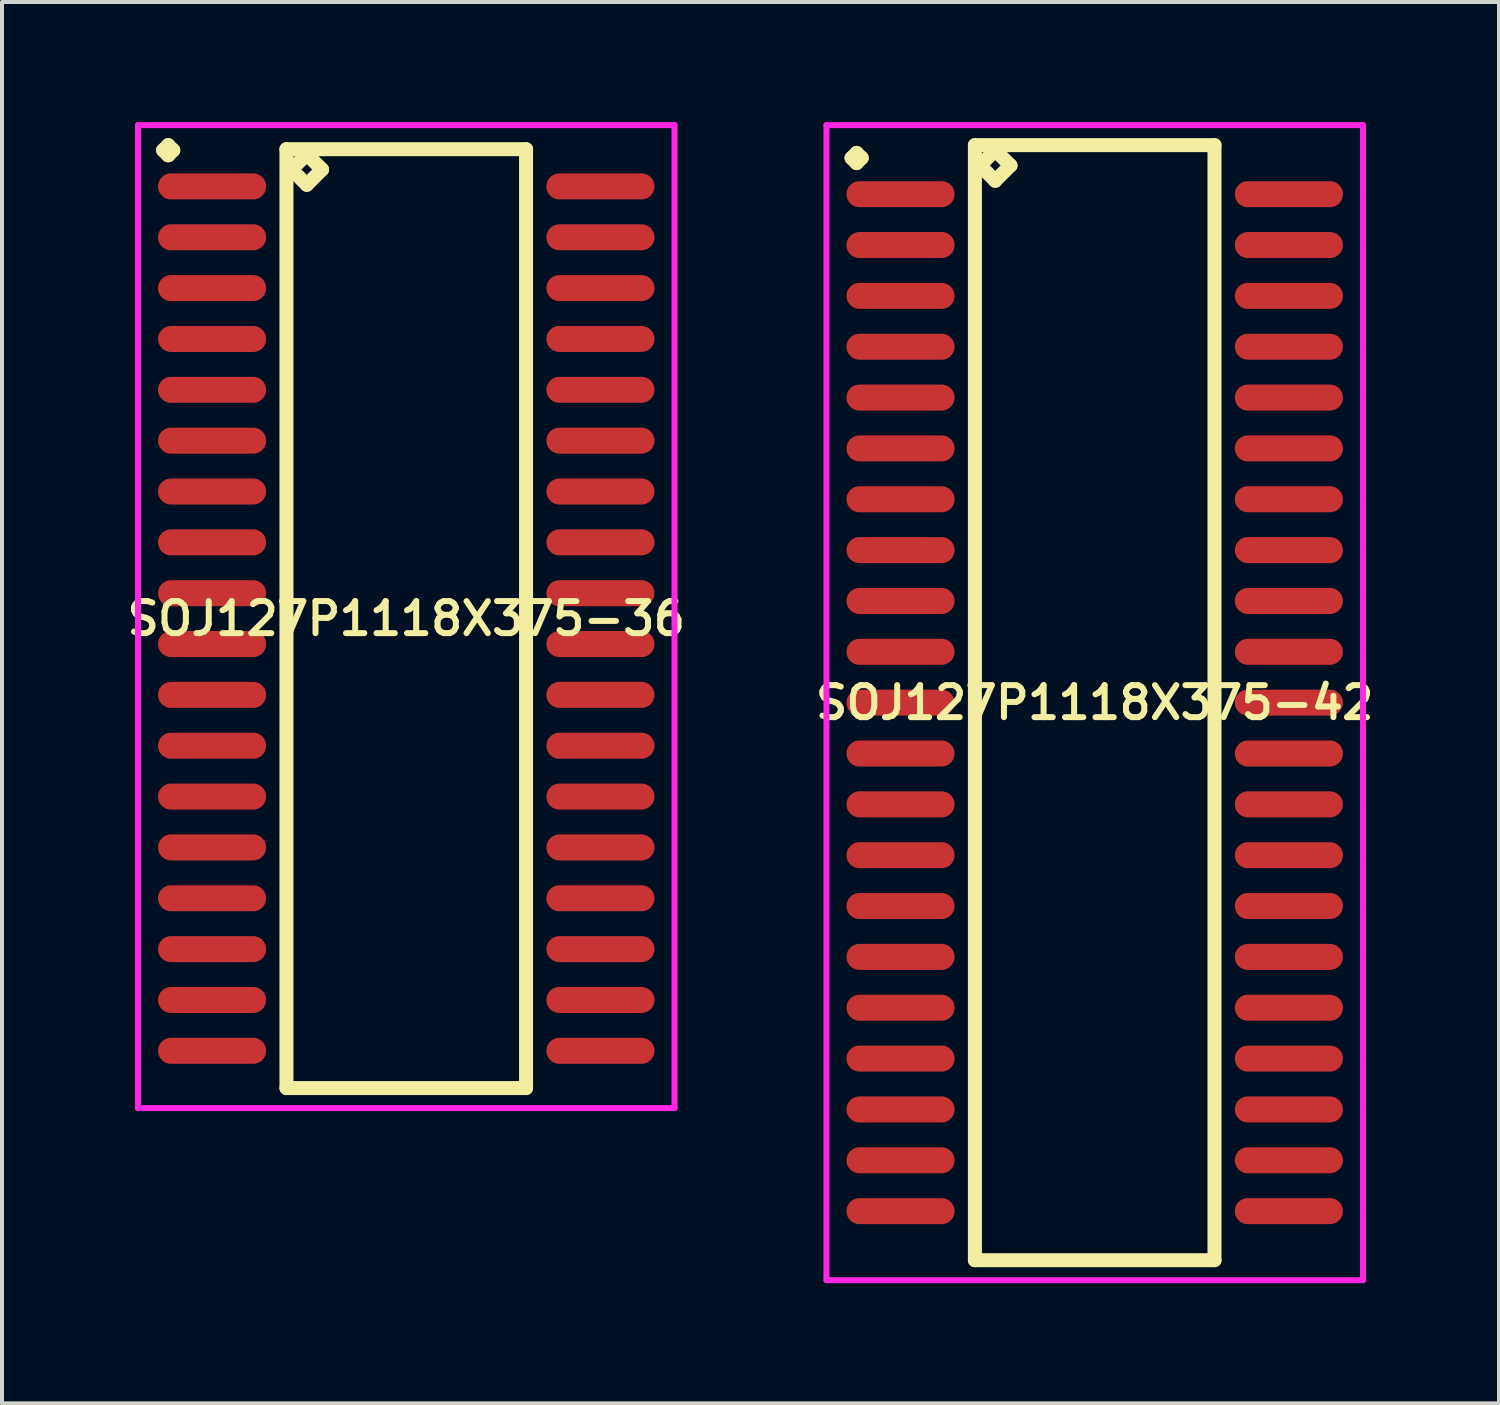
<source format=kicad_pcb>
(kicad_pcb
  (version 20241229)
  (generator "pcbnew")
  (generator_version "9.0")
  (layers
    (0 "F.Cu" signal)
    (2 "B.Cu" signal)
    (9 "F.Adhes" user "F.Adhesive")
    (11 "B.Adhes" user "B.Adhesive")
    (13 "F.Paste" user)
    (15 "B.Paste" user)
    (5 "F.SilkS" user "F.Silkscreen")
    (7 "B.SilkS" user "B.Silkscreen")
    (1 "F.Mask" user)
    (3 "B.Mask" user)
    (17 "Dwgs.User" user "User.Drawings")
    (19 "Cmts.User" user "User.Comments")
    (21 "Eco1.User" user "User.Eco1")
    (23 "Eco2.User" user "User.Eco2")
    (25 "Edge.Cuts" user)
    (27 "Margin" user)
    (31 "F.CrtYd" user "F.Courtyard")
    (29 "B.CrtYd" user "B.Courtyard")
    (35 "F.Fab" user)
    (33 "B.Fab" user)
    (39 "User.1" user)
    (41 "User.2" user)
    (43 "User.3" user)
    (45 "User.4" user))
  (footprint "SOJ127P1118X375-36"
    (layer "F.Cu")
    (at 7.097 12.401)
    (property "Reference" "SOJ127P1118X375-36" (at 0 0 0) (layer "F.SilkS") (effects (font (size 0.8 0.8) (thickness 0.15))))
    (attr smd)
    (fp_line (start -6.073 -11.699) (end -5.946 -11.826) (stroke (width 0.35) (type solid)) (layer "F.SilkS"))
    (fp_line (start -5.946 -11.826) (end -5.819 -11.699) (stroke (width 0.35) (type solid)) (layer "F.SilkS"))
    (fp_line (start -5.946 -11.572) (end -6.073 -11.699) (stroke (width 0.35) (type solid)) (layer "F.SilkS"))
    (fp_line (start -5.819 -11.699) (end -5.946 -11.572) (stroke (width 0.35) (type solid)) (layer "F.SilkS"))
    (fp_line (start -2.992 -11.725) (end -2.992 11.725) (stroke (width 0.35) (type solid)) (layer "F.SilkS"))
    (fp_line (start -2.992 11.725) (end 2.992 11.725) (stroke (width 0.35) (type solid)) (layer "F.SilkS"))
    (fp_line (start -2.865 -11.217) (end -2.484 -11.598) (stroke (width 0.35) (type solid)) (layer "F.SilkS"))
    (fp_line (start -2.484 -11.598) (end -2.103 -11.217) (stroke (width 0.35) (type solid)) (layer "F.SilkS"))
    (fp_line (start -2.484 -10.836) (end -2.865 -11.217) (stroke (width 0.35) (type solid)) (layer "F.SilkS"))
    (fp_line (start -2.103 -11.217) (end -2.484 -10.836) (stroke (width 0.35) (type solid)) (layer "F.SilkS"))
    (fp_line (start 2.992 -11.725) (end -2.992 -11.725) (stroke (width 0.35) (type solid)) (layer "F.SilkS"))
    (fp_line (start 2.992 11.725) (end 2.992 -11.725) (stroke (width 0.35) (type solid)) (layer "F.SilkS"))
    (fp_line (start -6.7 -12.326) (end 6.7 -12.326) (stroke (width 0.15) (type solid)) (layer "F.CrtYd"))
    (fp_line (start -6.7 12.225) (end -6.7 -12.326) (stroke (width 0.15) (type solid)) (layer "F.CrtYd"))
    (fp_line (start 6.7 -12.326) (end 6.7 12.225) (stroke (width 0.15) (type solid)) (layer "F.CrtYd"))
    (fp_line (start 6.7 12.225) (end -6.7 12.225) (stroke (width 0.15) (type solid)) (layer "F.CrtYd"))
    (pad "1" smd oval (at -4.85 -10.795) (size 2.7 0.65) (layers "F.Cu" "F.Mask" "F.Paste"))
    (pad "2" smd oval (at -4.85 -9.525) (size 2.7 0.65) (layers "F.Cu" "F.Mask" "F.Paste"))
    (pad "3" smd oval (at -4.85 -8.255) (size 2.7 0.65) (layers "F.Cu" "F.Mask" "F.Paste"))
    (pad "4" smd oval (at -4.85 -6.985) (size 2.7 0.65) (layers "F.Cu" "F.Mask" "F.Paste"))
    (pad "5" smd oval (at -4.85 -5.715) (size 2.7 0.65) (layers "F.Cu" "F.Mask" "F.Paste"))
    (pad "6" smd oval (at -4.85 -4.445) (size 2.7 0.65) (layers "F.Cu" "F.Mask" "F.Paste"))
    (pad "7" smd oval (at -4.85 -3.175) (size 2.7 0.65) (layers "F.Cu" "F.Mask" "F.Paste"))
    (pad "8" smd oval (at -4.85 -1.905) (size 2.7 0.65) (layers "F.Cu" "F.Mask" "F.Paste"))
    (pad "9" smd oval (at -4.85 -0.635) (size 2.7 0.65) (layers "F.Cu" "F.Mask" "F.Paste"))
    (pad "10" smd oval (at -4.85 0.635) (size 2.7 0.65) (layers "F.Cu" "F.Mask" "F.Paste"))
    (pad "11" smd oval (at -4.85 1.905) (size 2.7 0.65) (layers "F.Cu" "F.Mask" "F.Paste"))
    (pad "12" smd oval (at -4.85 3.175) (size 2.7 0.65) (layers "F.Cu" "F.Mask" "F.Paste"))
    (pad "13" smd oval (at -4.85 4.445) (size 2.7 0.65) (layers "F.Cu" "F.Mask" "F.Paste"))
    (pad "14" smd oval (at -4.85 5.715) (size 2.7 0.65) (layers "F.Cu" "F.Mask" "F.Paste"))
    (pad "15" smd oval (at -4.85 6.985) (size 2.7 0.65) (layers "F.Cu" "F.Mask" "F.Paste"))
    (pad "16" smd oval (at -4.85 8.255) (size 2.7 0.65) (layers "F.Cu" "F.Mask" "F.Paste"))
    (pad "17" smd oval (at -4.85 9.525) (size 2.7 0.65) (layers "F.Cu" "F.Mask" "F.Paste"))
    (pad "18" smd oval (at -4.85 10.795) (size 2.7 0.65) (layers "F.Cu" "F.Mask" "F.Paste"))
    (pad "19" smd oval (at 4.85 10.795) (size 2.7 0.65) (layers "F.Cu" "F.Mask" "F.Paste"))
    (pad "20" smd oval (at 4.85 9.525) (size 2.7 0.65) (layers "F.Cu" "F.Mask" "F.Paste"))
    (pad "21" smd oval (at 4.85 8.255) (size 2.7 0.65) (layers "F.Cu" "F.Mask" "F.Paste"))
    (pad "22" smd oval (at 4.85 6.985) (size 2.7 0.65) (layers "F.Cu" "F.Mask" "F.Paste"))
    (pad "23" smd oval (at 4.85 5.715) (size 2.7 0.65) (layers "F.Cu" "F.Mask" "F.Paste"))
    (pad "24" smd oval (at 4.85 4.445) (size 2.7 0.65) (layers "F.Cu" "F.Mask" "F.Paste"))
    (pad "25" smd oval (at 4.85 3.175) (size 2.7 0.65) (layers "F.Cu" "F.Mask" "F.Paste"))
    (pad "26" smd oval (at 4.85 1.905) (size 2.7 0.65) (layers "F.Cu" "F.Mask" "F.Paste"))
    (pad "27" smd oval (at 4.85 0.635) (size 2.7 0.65) (layers "F.Cu" "F.Mask" "F.Paste"))
    (pad "28" smd oval (at 4.85 -0.635) (size 2.7 0.65) (layers "F.Cu" "F.Mask" "F.Paste"))
    (pad "29" smd oval (at 4.85 -1.905) (size 2.7 0.65) (layers "F.Cu" "F.Mask" "F.Paste"))
    (pad "30" smd oval (at 4.85 -3.175) (size 2.7 0.65) (layers "F.Cu" "F.Mask" "F.Paste"))
    (pad "31" smd oval (at 4.85 -4.445) (size 2.7 0.65) (layers "F.Cu" "F.Mask" "F.Paste"))
    (pad "32" smd oval (at 4.85 -5.715) (size 2.7 0.65) (layers "F.Cu" "F.Mask" "F.Paste"))
    (pad "33" smd oval (at 4.85 -6.985) (size 2.7 0.65) (layers "F.Cu" "F.Mask" "F.Paste"))
    (pad "34" smd oval (at 4.85 -8.255) (size 2.7 0.65) (layers "F.Cu" "F.Mask" "F.Paste"))
    (pad "35" smd oval (at 4.85 -9.525) (size 2.7 0.65) (layers "F.Cu" "F.Mask" "F.Paste"))
    (pad "36" smd oval (at 4.85 -10.795) (size 2.7 0.65) (layers "F.Cu" "F.Mask" "F.Paste")))
  (footprint "SOJ127P1118X375-42"
    (layer "F.Cu")
    (at 24.292 14.5)
    (property "Reference" "SOJ127P1118X375-42" (at 0 0 0) (layer "F.SilkS") (effects (font (size 0.8 0.8) (thickness 0.15))))
    (attr smd)
    (fp_line (start -6.073 -13.604) (end -5.946 -13.731) (stroke (width 0.35) (type solid)) (layer "F.SilkS"))
    (fp_line (start -5.946 -13.731) (end -5.819 -13.604) (stroke (width 0.35) (type solid)) (layer "F.SilkS"))
    (fp_line (start -5.946 -13.477) (end -6.073 -13.604) (stroke (width 0.35) (type solid)) (layer "F.SilkS"))
    (fp_line (start -5.819 -13.604) (end -5.946 -13.477) (stroke (width 0.35) (type solid)) (layer "F.SilkS"))
    (fp_line (start -2.992 -13.925) (end -2.992 13.925) (stroke (width 0.35) (type solid)) (layer "F.SilkS"))
    (fp_line (start -2.992 13.925) (end 2.992 13.925) (stroke (width 0.35) (type solid)) (layer "F.SilkS"))
    (fp_line (start -2.865 -13.417) (end -2.484 -13.798) (stroke (width 0.35) (type solid)) (layer "F.SilkS"))
    (fp_line (start -2.484 -13.798) (end -2.103 -13.417) (stroke (width 0.35) (type solid)) (layer "F.SilkS"))
    (fp_line (start -2.484 -13.036) (end -2.865 -13.417) (stroke (width 0.35) (type solid)) (layer "F.SilkS"))
    (fp_line (start -2.103 -13.417) (end -2.484 -13.036) (stroke (width 0.35) (type solid)) (layer "F.SilkS"))
    (fp_line (start 2.992 -13.925) (end -2.992 -13.925) (stroke (width 0.35) (type solid)) (layer "F.SilkS"))
    (fp_line (start 2.992 13.925) (end 2.992 -13.925) (stroke (width 0.35) (type solid)) (layer "F.SilkS"))
    (fp_line (start -6.7 -14.425) (end 6.7 -14.425) (stroke (width 0.15) (type solid)) (layer "F.CrtYd"))
    (fp_line (start -6.7 14.425) (end -6.7 -14.425) (stroke (width 0.15) (type solid)) (layer "F.CrtYd"))
    (fp_line (start 6.7 -14.425) (end 6.7 14.425) (stroke (width 0.15) (type solid)) (layer "F.CrtYd"))
    (fp_line (start 6.7 14.425) (end -6.7 14.425) (stroke (width 0.15) (type solid)) (layer "F.CrtYd"))
    (pad "1" smd oval (at -4.85 -12.7) (size 2.7 0.65) (layers "F.Cu" "F.Mask" "F.Paste"))
    (pad "2" smd oval (at -4.85 -11.43) (size 2.7 0.65) (layers "F.Cu" "F.Mask" "F.Paste"))
    (pad "3" smd oval (at -4.85 -10.16) (size 2.7 0.65) (layers "F.Cu" "F.Mask" "F.Paste"))
    (pad "4" smd oval (at -4.85 -8.89) (size 2.7 0.65) (layers "F.Cu" "F.Mask" "F.Paste"))
    (pad "5" smd oval (at -4.85 -7.62) (size 2.7 0.65) (layers "F.Cu" "F.Mask" "F.Paste"))
    (pad "6" smd oval (at -4.85 -6.35) (size 2.7 0.65) (layers "F.Cu" "F.Mask" "F.Paste"))
    (pad "7" smd oval (at -4.85 -5.08) (size 2.7 0.65) (layers "F.Cu" "F.Mask" "F.Paste"))
    (pad "8" smd oval (at -4.85 -3.81) (size 2.7 0.65) (layers "F.Cu" "F.Mask" "F.Paste"))
    (pad "9" smd oval (at -4.85 -2.54) (size 2.7 0.65) (layers "F.Cu" "F.Mask" "F.Paste"))
    (pad "10" smd oval (at -4.85 -1.27) (size 2.7 0.65) (layers "F.Cu" "F.Mask" "F.Paste"))
    (pad "11" smd oval (at -4.85 0) (size 2.7 0.65) (layers "F.Cu" "F.Mask" "F.Paste"))
    (pad "12" smd oval (at -4.85 1.27) (size 2.7 0.65) (layers "F.Cu" "F.Mask" "F.Paste"))
    (pad "13" smd oval (at -4.85 2.54) (size 2.7 0.65) (layers "F.Cu" "F.Mask" "F.Paste"))
    (pad "14" smd oval (at -4.85 3.81) (size 2.7 0.65) (layers "F.Cu" "F.Mask" "F.Paste"))
    (pad "15" smd oval (at -4.85 5.08) (size 2.7 0.65) (layers "F.Cu" "F.Mask" "F.Paste"))
    (pad "16" smd oval (at -4.85 6.35) (size 2.7 0.65) (layers "F.Cu" "F.Mask" "F.Paste"))
    (pad "17" smd oval (at -4.85 7.62) (size 2.7 0.65) (layers "F.Cu" "F.Mask" "F.Paste"))
    (pad "18" smd oval (at -4.85 8.89) (size 2.7 0.65) (layers "F.Cu" "F.Mask" "F.Paste"))
    (pad "19" smd oval (at -4.85 10.16) (size 2.7 0.65) (layers "F.Cu" "F.Mask" "F.Paste"))
    (pad "20" smd oval (at -4.85 11.43) (size 2.7 0.65) (layers "F.Cu" "F.Mask" "F.Paste"))
    (pad "21" smd oval (at -4.85 12.7) (size 2.7 0.65) (layers "F.Cu" "F.Mask" "F.Paste"))
    (pad "22" smd oval (at 4.85 12.7) (size 2.7 0.65) (layers "F.Cu" "F.Mask" "F.Paste"))
    (pad "23" smd oval (at 4.85 11.43) (size 2.7 0.65) (layers "F.Cu" "F.Mask" "F.Paste"))
    (pad "24" smd oval (at 4.85 10.16) (size 2.7 0.65) (layers "F.Cu" "F.Mask" "F.Paste"))
    (pad "25" smd oval (at 4.85 8.89) (size 2.7 0.65) (layers "F.Cu" "F.Mask" "F.Paste"))
    (pad "26" smd oval (at 4.85 7.62) (size 2.7 0.65) (layers "F.Cu" "F.Mask" "F.Paste"))
    (pad "27" smd oval (at 4.85 6.35) (size 2.7 0.65) (layers "F.Cu" "F.Mask" "F.Paste"))
    (pad "28" smd oval (at 4.85 5.08) (size 2.7 0.65) (layers "F.Cu" "F.Mask" "F.Paste"))
    (pad "29" smd oval (at 4.85 3.81) (size 2.7 0.65) (layers "F.Cu" "F.Mask" "F.Paste"))
    (pad "30" smd oval (at 4.85 2.54) (size 2.7 0.65) (layers "F.Cu" "F.Mask" "F.Paste"))
    (pad "31" smd oval (at 4.85 1.27) (size 2.7 0.65) (layers "F.Cu" "F.Mask" "F.Paste"))
    (pad "32" smd oval (at 4.85 0) (size 2.7 0.65) (layers "F.Cu" "F.Mask" "F.Paste"))
    (pad "33" smd oval (at 4.85 -1.27) (size 2.7 0.65) (layers "F.Cu" "F.Mask" "F.Paste"))
    (pad "34" smd oval (at 4.85 -2.54) (size 2.7 0.65) (layers "F.Cu" "F.Mask" "F.Paste"))
    (pad "35" smd oval (at 4.85 -3.81) (size 2.7 0.65) (layers "F.Cu" "F.Mask" "F.Paste"))
    (pad "36" smd oval (at 4.85 -5.08) (size 2.7 0.65) (layers "F.Cu" "F.Mask" "F.Paste"))
    (pad "37" smd oval (at 4.85 -6.35) (size 2.7 0.65) (layers "F.Cu" "F.Mask" "F.Paste"))
    (pad "38" smd oval (at 4.85 -7.62) (size 2.7 0.65) (layers "F.Cu" "F.Mask" "F.Paste"))
    (pad "39" smd oval (at 4.85 -8.89) (size 2.7 0.65) (layers "F.Cu" "F.Mask" "F.Paste"))
    (pad "40" smd oval (at 4.85 -10.16) (size 2.7 0.65) (layers "F.Cu" "F.Mask" "F.Paste"))
    (pad "41" smd oval (at 4.85 -11.43) (size 2.7 0.65) (layers "F.Cu" "F.Mask" "F.Paste"))
    (pad "42" smd oval (at 4.85 -12.7) (size 2.7 0.65) (layers "F.Cu" "F.Mask" "F.Paste")))
  (gr_rect
    (start -3 -3)
    (end 34.39 32)
    (stroke (width 0.1) (type default))
    (fill no)
    (layer "Edge.Cuts")))
</source>
